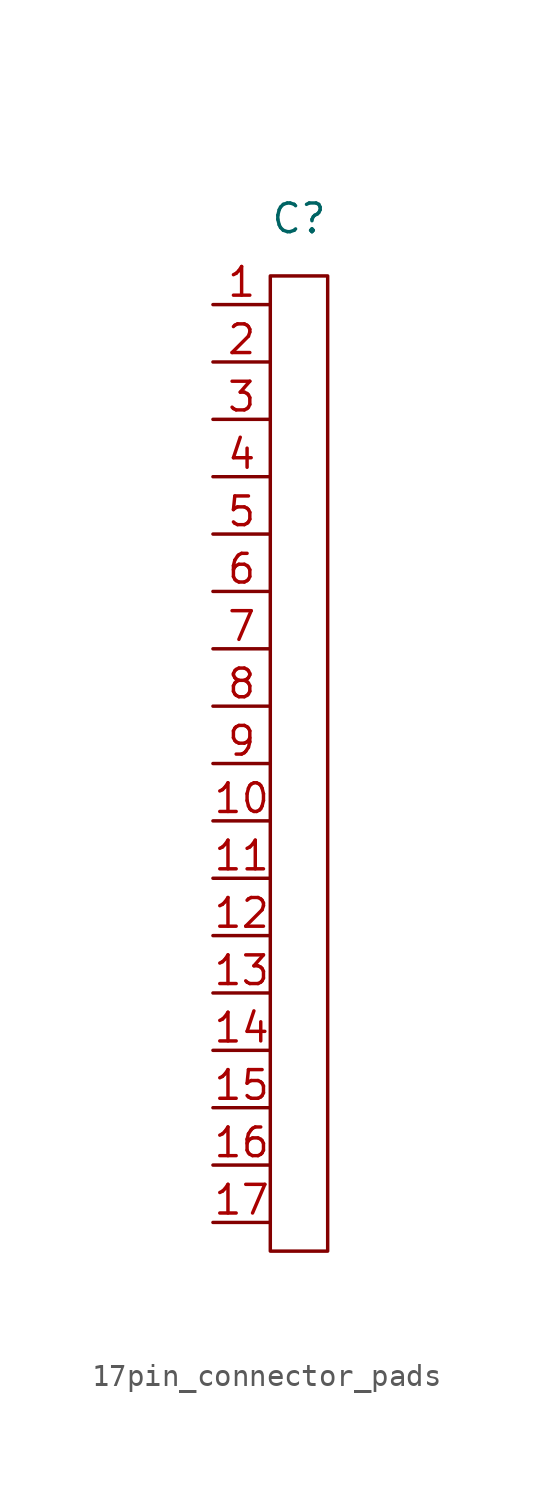
<source format=kicad_sym>
(kicad_symbol_lib
  (version 20220914)
  (generator kicad_symbol_editor)
  (symbol "17pin_connector_pads"
    (property "Reference" "C"
      (at 0 21.59 0)
      (effects (font (size 1.27 1.27))))
    (property "Value" ""
      (at 0 0 0)
      (effects (font (size 1.27 1.27))))
    (symbol "17pin_connector_pads_0_1"
      (rectangle (start -1.27 19.05) (end 1.27 -24.13) (stroke (width 0) (type default)) (fill (type none))))
    (symbol "17pin_connector_pads_1_1"
      (pin passive line (at -3.81 17.78 0) (length 2.54) (name "" (effects (font (size 1.27 1.27)))) (number "1" (effects (font (size 1.27 1.27)))))
      (pin passive line (at -3.81 -5.08 0) (length 2.54) (name "" (effects (font (size 1.27 1.27)))) (number "10" (effects (font (size 1.27 1.27)))))
      (pin passive line (at -3.81 -7.62 0) (length 2.54) (name "" (effects (font (size 1.27 1.27)))) (number "11" (effects (font (size 1.27 1.27)))))
      (pin passive line (at -3.81 -10.16 0) (length 2.54) (name "" (effects (font (size 1.27 1.27)))) (number "12" (effects (font (size 1.27 1.27)))))
      (pin passive line (at -3.81 -12.7 0) (length 2.54) (name "" (effects (font (size 1.27 1.27)))) (number "13" (effects (font (size 1.27 1.27)))))
      (pin passive line (at -3.81 -15.24 0) (length 2.54) (name "" (effects (font (size 1.27 1.27)))) (number "14" (effects (font (size 1.27 1.27)))))
      (pin passive line (at -3.81 -17.78 0) (length 2.54) (name "" (effects (font (size 1.27 1.27)))) (number "15" (effects (font (size 1.27 1.27)))))
      (pin passive line (at -3.81 -20.32 0) (length 2.54) (name "" (effects (font (size 1.27 1.27)))) (number "16" (effects (font (size 1.27 1.27)))))
      (pin passive line (at -3.81 -22.86 0) (length 2.54) (name "" (effects (font (size 1.27 1.27)))) (number "17" (effects (font (size 1.27 1.27)))))
      (pin passive line (at -3.81 15.24 0) (length 2.54) (name "" (effects (font (size 1.27 1.27)))) (number "2" (effects (font (size 1.27 1.27)))))
      (pin passive line (at -3.81 12.7 0) (length 2.54) (name "" (effects (font (size 1.27 1.27)))) (number "3" (effects (font (size 1.27 1.27)))))
      (pin passive line (at -3.81 10.16 0) (length 2.54) (name "" (effects (font (size 1.27 1.27)))) (number "4" (effects (font (size 1.27 1.27)))))
      (pin passive line (at -3.81 7.62 0) (length 2.54) (name "" (effects (font (size 1.27 1.27)))) (number "5" (effects (font (size 1.27 1.27)))))
      (pin passive line (at -3.81 5.08 0) (length 2.54) (name "" (effects (font (size 1.27 1.27)))) (number "6" (effects (font (size 1.27 1.27)))))
      (pin passive line (at -3.81 2.54 0) (length 2.54) (name "" (effects (font (size 1.27 1.27)))) (number "7" (effects (font (size 1.27 1.27)))))
      (pin passive line (at -3.81 0 0) (length 2.54) (name "" (effects (font (size 1.27 1.27)))) (number "8" (effects (font (size 1.27 1.27)))))
      (pin passive line (at -3.81 -2.54 0) (length 2.54) (name "" (effects (font (size 1.27 1.27)))) (number "9" (effects (font (size 1.27 1.27))))))))
</source>
